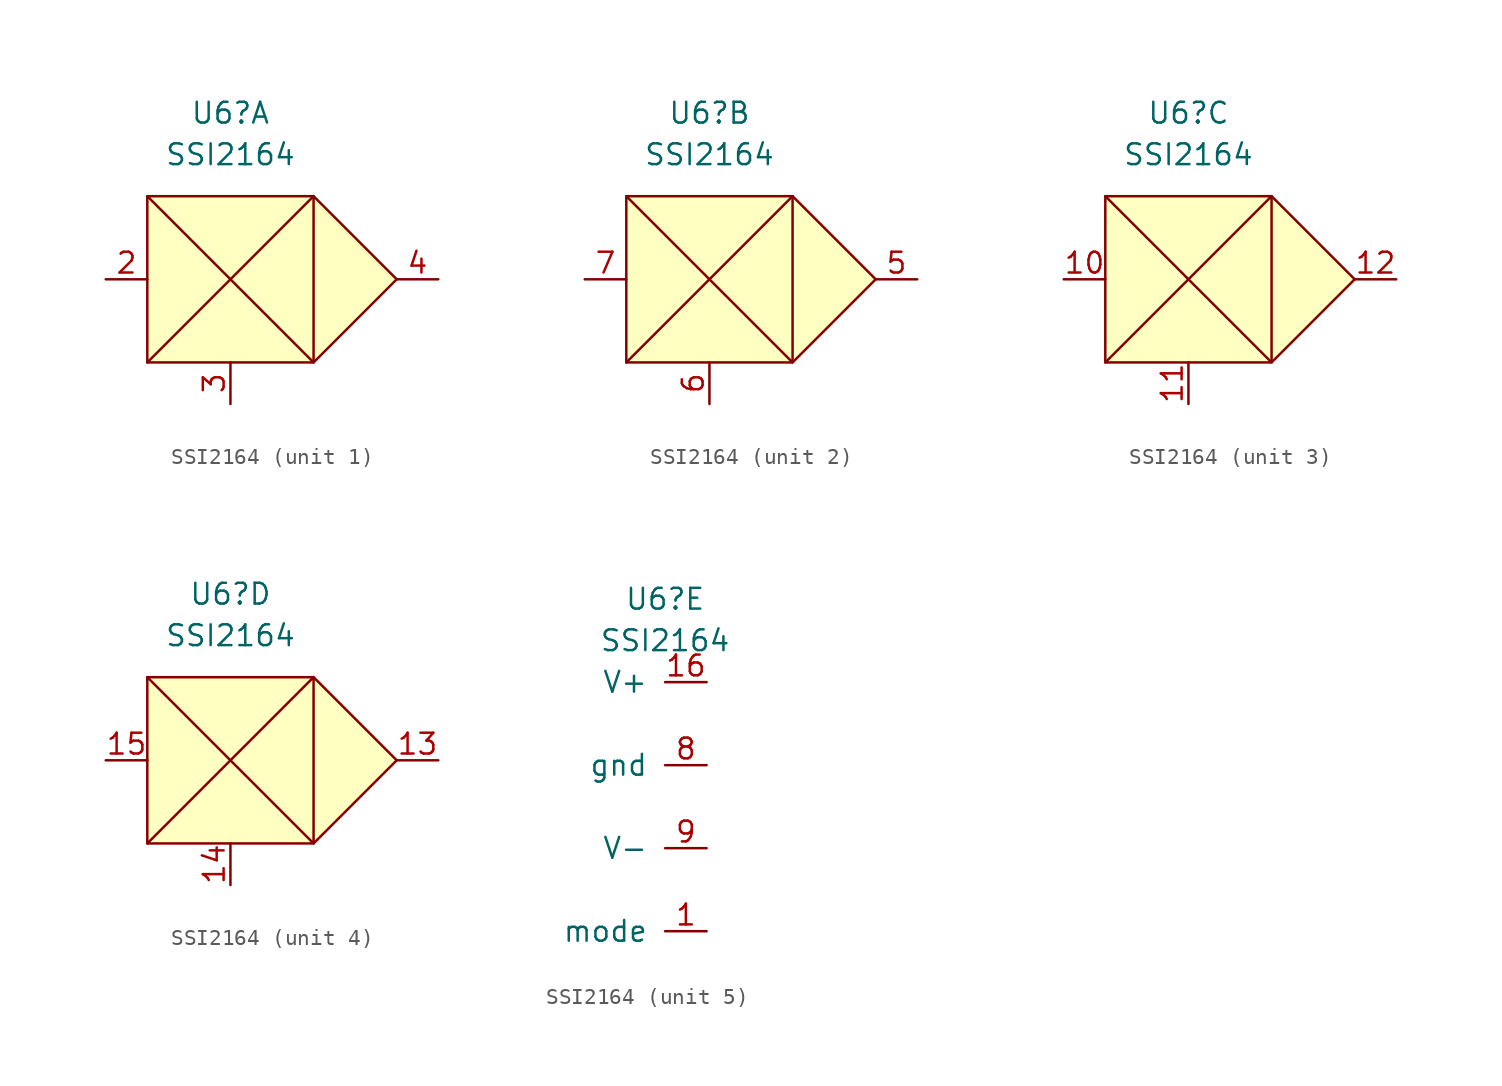
<source format=kicad_sym>
(kicad_symbol_lib
  (version 20211014)
  (generator kicad_symbol_editor)
  (symbol "SSI2164"
    (pin_names
      (offset 1.016))
    (property "Reference" "U6"
      (at 0 10.16 0)
      (effects (font (size 1.27 1.27))))
    (property "Value" "SSI2164"
      (at 0 7.62 0)
      (effects (font (size 1.27 1.27))))
    (property "ki_locked" ""
      (at 0 0 0)
      (effects (font (size 1.27 1.27))))
    (symbol "SSI2164_1_1"
      (rectangle (start -5.08 5.08) (end 5.08 -5.08) (stroke (width 0) (type default) (color 0 0 0 0)) (fill (type background)))
      (polyline (pts (xy 5.08 5.08) (xy -5.08 -5.08)) (stroke (width 0) (type default) (color 0 0 0 0)) (fill (type none)))
      (polyline (pts (xy 5.08 5.08) (xy 10.16 0) (xy 5.08 -5.08) (xy -5.08 5.08)) (stroke (width 0) (type default) (color 0 0 0 0)) (fill (type background)))
      (pin input line (at -7.62 0 0) (length 2.54) (name "~" (effects (font (size 1.27 1.27)))) (number "2" (effects (font (size 1.27 1.27)))))
      (pin input line (at 0 -7.62 90) (length 2.54) (name "~" (effects (font (size 1.27 1.27)))) (number "3" (effects (font (size 1.27 1.27)))))
      (pin output line (at 12.7 0 180) (length 2.54) (name "~" (effects (font (size 1.27 1.27)))) (number "4" (effects (font (size 1.27 1.27))))))
    (symbol "SSI2164_2_1"
      (rectangle (start -5.08 5.08) (end 5.08 -5.08) (stroke (width 0) (type default) (color 0 0 0 0)) (fill (type background)))
      (polyline (pts (xy 5.08 5.08) (xy -5.08 -5.08)) (stroke (width 0) (type default) (color 0 0 0 0)) (fill (type none)))
      (polyline (pts (xy 5.08 5.08) (xy 10.16 0) (xy 5.08 -5.08) (xy -5.08 5.08)) (stroke (width 0) (type default) (color 0 0 0 0)) (fill (type background)))
      (pin output line (at 12.7 0 180) (length 2.54) (name "~" (effects (font (size 1.27 1.27)))) (number "5" (effects (font (size 1.27 1.27)))))
      (pin input line (at 0 -7.62 90) (length 2.54) (name "~" (effects (font (size 1.27 1.27)))) (number "6" (effects (font (size 1.27 1.27)))))
      (pin input line (at -7.62 0 0) (length 2.54) (name "~" (effects (font (size 1.27 1.27)))) (number "7" (effects (font (size 1.27 1.27))))))
    (symbol "SSI2164_3_1"
      (rectangle (start -5.08 5.08) (end 5.08 -5.08) (stroke (width 0) (type default) (color 0 0 0 0)) (fill (type background)))
      (polyline (pts (xy 5.08 5.08) (xy -5.08 -5.08)) (stroke (width 0) (type default) (color 0 0 0 0)) (fill (type none)))
      (polyline (pts (xy 5.08 5.08) (xy 10.16 0) (xy 5.08 -5.08) (xy -5.08 5.08)) (stroke (width 0) (type default) (color 0 0 0 0)) (fill (type background)))
      (pin input line (at -7.62 0 0) (length 2.54) (name "~" (effects (font (size 1.27 1.27)))) (number "10" (effects (font (size 1.27 1.27)))))
      (pin input line (at 0 -7.62 90) (length 2.54) (name "~" (effects (font (size 1.27 1.27)))) (number "11" (effects (font (size 1.27 1.27)))))
      (pin output line (at 12.7 0 180) (length 2.54) (name "~" (effects (font (size 1.27 1.27)))) (number "12" (effects (font (size 1.27 1.27))))))
    (symbol "SSI2164_4_1"
      (rectangle (start -5.08 5.08) (end 5.08 -5.08) (stroke (width 0) (type default) (color 0 0 0 0)) (fill (type background)))
      (polyline (pts (xy 5.08 5.08) (xy -5.08 -5.08)) (stroke (width 0) (type default) (color 0 0 0 0)) (fill (type none)))
      (polyline (pts (xy 5.08 5.08) (xy 10.16 0) (xy 5.08 -5.08) (xy -5.08 5.08)) (stroke (width 0) (type default) (color 0 0 0 0)) (fill (type background)))
      (pin output line (at 12.7 0 180) (length 2.54) (name "~" (effects (font (size 1.27 1.27)))) (number "13" (effects (font (size 1.27 1.27)))))
      (pin input line (at 0 -7.62 90) (length 2.54) (name "~" (effects (font (size 1.27 1.27)))) (number "14" (effects (font (size 1.27 1.27)))))
      (pin input line (at -7.62 0 0) (length 2.54) (name "~" (effects (font (size 1.27 1.27)))) (number "15" (effects (font (size 1.27 1.27))))))
    (symbol "SSI2164_5_1"
      (pin input line (at 2.54 -10.16 180) (length 2.54) (name "mode" (effects (font (size 1.27 1.27)))) (number "1" (effects (font (size 1.27 1.27)))))
      (pin power_in line (at 2.54 5.08 180) (length 2.54) (name "V+" (effects (font (size 1.27 1.27)))) (number "16" (effects (font (size 1.27 1.27)))))
      (pin power_in line (at 2.54 0 180) (length 2.54) (name "gnd" (effects (font (size 1.27 1.27)))) (number "8" (effects (font (size 1.27 1.27)))))
      (pin power_in line (at 2.54 -5.08 180) (length 2.54) (name "V-" (effects (font (size 1.27 1.27)))) (number "9" (effects (font (size 1.27 1.27))))))))
</source>
